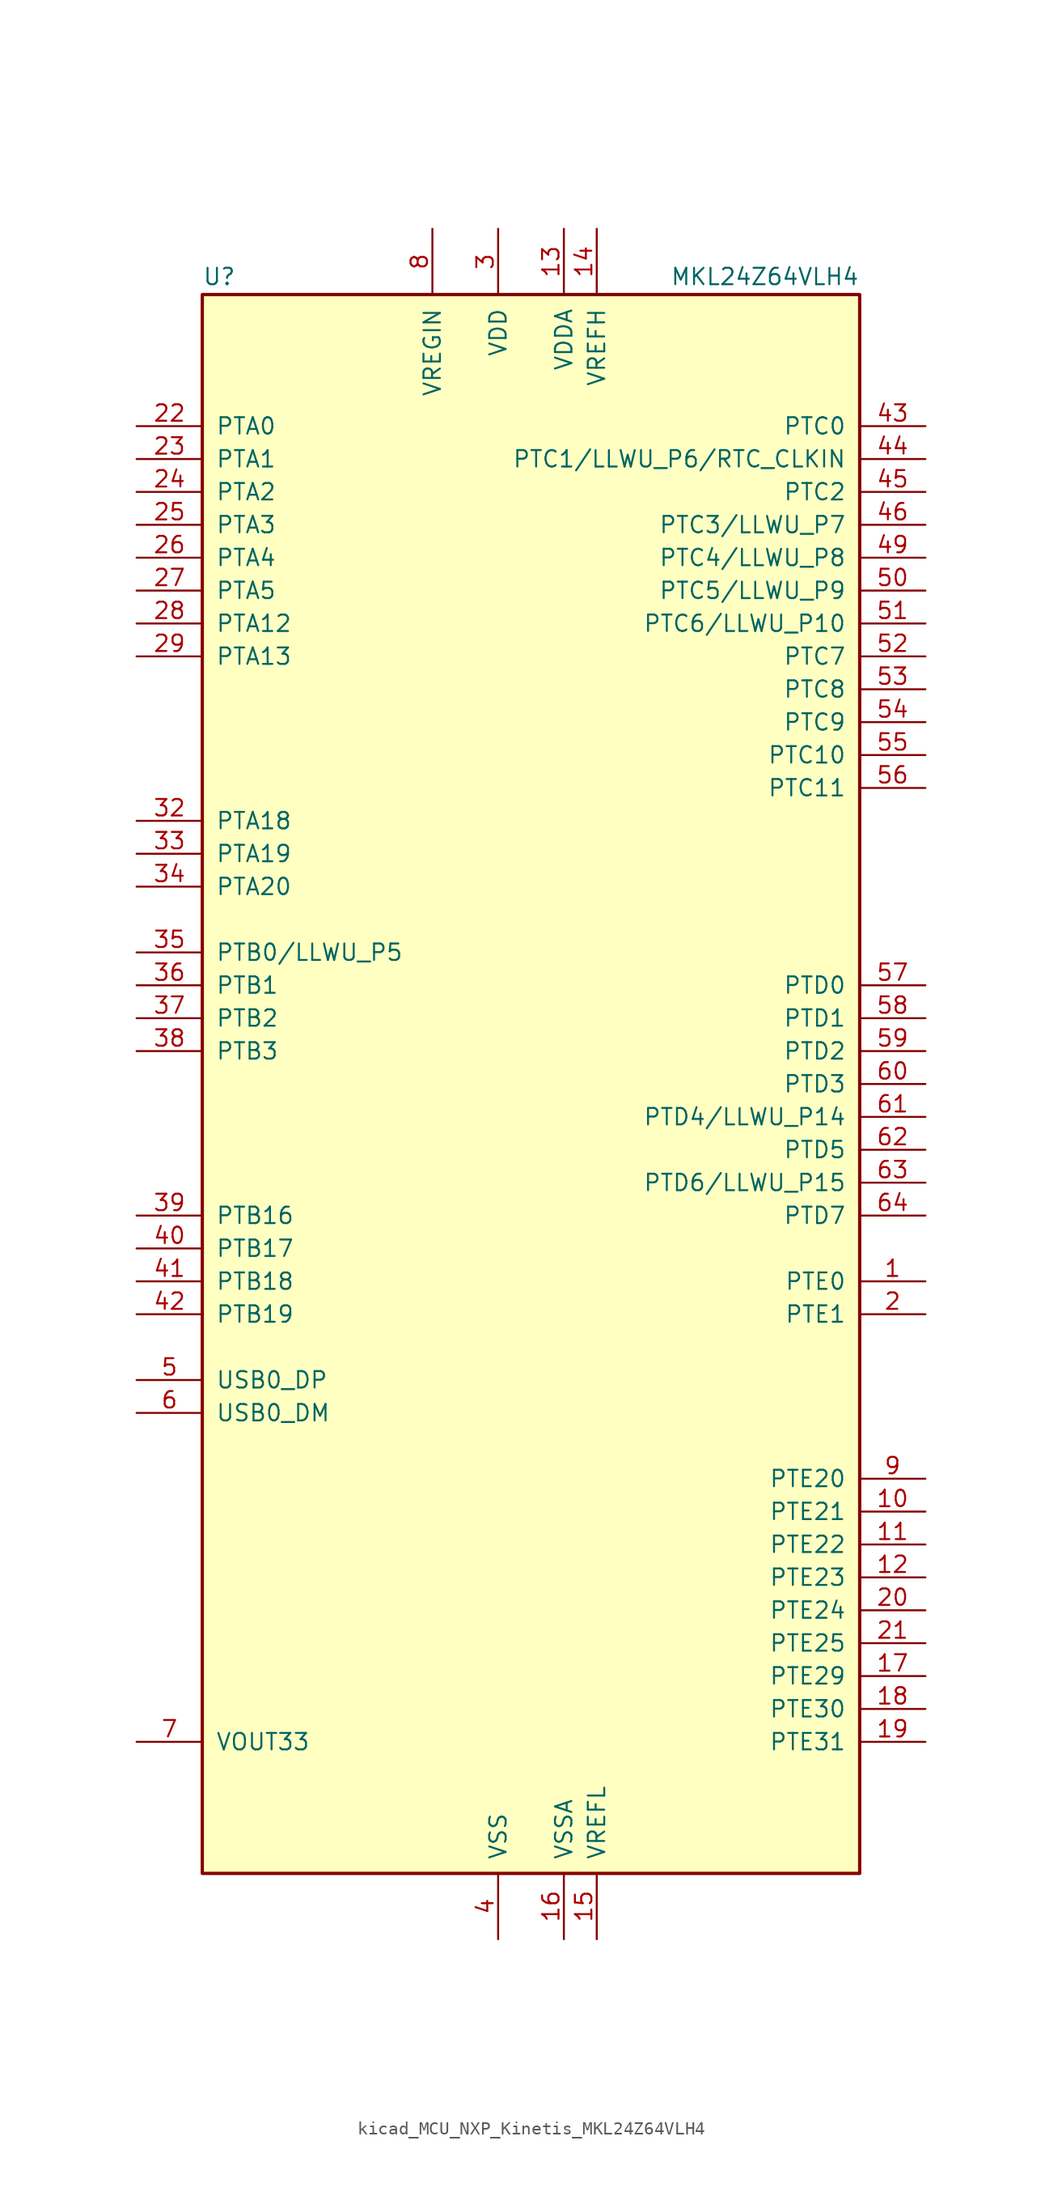
<source format=kicad_sym>
(kicad_symbol_lib
  (version 20220914)
  (generator kicad_symbol_editor)
  (symbol "kicad_MCU_NXP_Kinetis_MKL24Z64VLH4"
    (pin_names
      (offset 1.016))
    (property "Reference" "U"
      (at -25.4 61.595 0)
      (effects (font (size 1.27 1.27)) (justify left bottom)))
    (property "Value" "MKL24Z64VLH4"
      (at 25.4 61.595 0)
      (effects (font (size 1.27 1.27)) (justify right bottom)))
    (symbol "kicad_MCU_NXP_Kinetis_MKL24Z64VLH4_0_1"
      (rectangle (start -25.4 60.96) (end 25.4 -60.96) (stroke (width 0.254) (type default)) (fill (type background))))
    (symbol "kicad_MCU_NXP_Kinetis_MKL24Z64VLH4_1_1"
      (pin bidirectional line (at 30.48 -15.24 180) (length 5.08) (name "PTE0" (effects (font (size 1.27 1.27)))) (number "1" (effects (font (size 1.27 1.27)))))
      (pin bidirectional line (at 30.48 -33.02 180) (length 5.08) (name "PTE21" (effects (font (size 1.27 1.27)))) (number "10" (effects (font (size 1.27 1.27)))))
      (pin bidirectional line (at 30.48 -35.56 180) (length 5.08) (name "PTE22" (effects (font (size 1.27 1.27)))) (number "11" (effects (font (size 1.27 1.27)))))
      (pin bidirectional line (at 30.48 -38.1 180) (length 5.08) (name "PTE23" (effects (font (size 1.27 1.27)))) (number "12" (effects (font (size 1.27 1.27)))))
      (pin power_in line (at 2.54 66.04 270) (length 5.08) (name "VDDA" (effects (font (size 1.27 1.27)))) (number "13" (effects (font (size 1.27 1.27)))))
      (pin power_in line (at 5.08 66.04 270) (length 5.08) (name "VREFH" (effects (font (size 1.27 1.27)))) (number "14" (effects (font (size 1.27 1.27)))))
      (pin power_in line (at 5.08 -66.04 90) (length 5.08) (name "VREFL" (effects (font (size 1.27 1.27)))) (number "15" (effects (font (size 1.27 1.27)))))
      (pin power_in line (at 2.54 -66.04 90) (length 5.08) (name "VSSA" (effects (font (size 1.27 1.27)))) (number "16" (effects (font (size 1.27 1.27)))))
      (pin bidirectional line (at 30.48 -45.72 180) (length 5.08) (name "PTE29" (effects (font (size 1.27 1.27)))) (number "17" (effects (font (size 1.27 1.27)))))
      (pin bidirectional line (at 30.48 -48.26 180) (length 5.08) (name "PTE30" (effects (font (size 1.27 1.27)))) (number "18" (effects (font (size 1.27 1.27)))))
      (pin bidirectional line (at 30.48 -50.8 180) (length 5.08) (name "PTE31" (effects (font (size 1.27 1.27)))) (number "19" (effects (font (size 1.27 1.27)))))
      (pin bidirectional line (at 30.48 -17.78 180) (length 5.08) (name "PTE1" (effects (font (size 1.27 1.27)))) (number "2" (effects (font (size 1.27 1.27)))))
      (pin bidirectional line (at 30.48 -40.64 180) (length 5.08) (name "PTE24" (effects (font (size 1.27 1.27)))) (number "20" (effects (font (size 1.27 1.27)))))
      (pin bidirectional line (at 30.48 -43.18 180) (length 5.08) (name "PTE25" (effects (font (size 1.27 1.27)))) (number "21" (effects (font (size 1.27 1.27)))))
      (pin bidirectional line (at -30.48 50.8 0) (length 5.08) (name "PTA0" (effects (font (size 1.27 1.27)))) (number "22" (effects (font (size 1.27 1.27)))))
      (pin bidirectional line (at -30.48 48.26 0) (length 5.08) (name "PTA1" (effects (font (size 1.27 1.27)))) (number "23" (effects (font (size 1.27 1.27)))))
      (pin bidirectional line (at -30.48 45.72 0) (length 5.08) (name "PTA2" (effects (font (size 1.27 1.27)))) (number "24" (effects (font (size 1.27 1.27)))))
      (pin bidirectional line (at -30.48 43.18 0) (length 5.08) (name "PTA3" (effects (font (size 1.27 1.27)))) (number "25" (effects (font (size 1.27 1.27)))))
      (pin bidirectional line (at -30.48 40.64 0) (length 5.08) (name "PTA4" (effects (font (size 1.27 1.27)))) (number "26" (effects (font (size 1.27 1.27)))))
      (pin bidirectional line (at -30.48 38.1 0) (length 5.08) (name "PTA5" (effects (font (size 1.27 1.27)))) (number "27" (effects (font (size 1.27 1.27)))))
      (pin bidirectional line (at -30.48 35.56 0) (length 5.08) (name "PTA12" (effects (font (size 1.27 1.27)))) (number "28" (effects (font (size 1.27 1.27)))))
      (pin bidirectional line (at -30.48 33.02 0) (length 5.08) (name "PTA13" (effects (font (size 1.27 1.27)))) (number "29" (effects (font (size 1.27 1.27)))))
      (pin power_in line (at -2.54 66.04 270) (length 5.08) (name "VDD" (effects (font (size 1.27 1.27)))) (number "3" (effects (font (size 1.27 1.27)))))
      (pin passive line (at -2.54 66.04 270) (length 5.08) hide (name "VDD" (effects (font (size 1.27 1.27)))) (number "30" (effects (font (size 1.27 1.27)))))
      (pin passive line (at -2.54 -66.04 90) (length 5.08) hide (name "VSS" (effects (font (size 1.27 1.27)))) (number "31" (effects (font (size 1.27 1.27)))))
      (pin bidirectional line (at -30.48 20.32 0) (length 5.08) (name "PTA18" (effects (font (size 1.27 1.27)))) (number "32" (effects (font (size 1.27 1.27)))))
      (pin bidirectional line (at -30.48 17.78 0) (length 5.08) (name "PTA19" (effects (font (size 1.27 1.27)))) (number "33" (effects (font (size 1.27 1.27)))))
      (pin bidirectional line (at -30.48 15.24 0) (length 5.08) (name "PTA20" (effects (font (size 1.27 1.27)))) (number "34" (effects (font (size 1.27 1.27)))))
      (pin bidirectional line (at -30.48 10.16 0) (length 5.08) (name "PTB0/LLWU_P5" (effects (font (size 1.27 1.27)))) (number "35" (effects (font (size 1.27 1.27)))))
      (pin bidirectional line (at -30.48 7.62 0) (length 5.08) (name "PTB1" (effects (font (size 1.27 1.27)))) (number "36" (effects (font (size 1.27 1.27)))))
      (pin bidirectional line (at -30.48 5.08 0) (length 5.08) (name "PTB2" (effects (font (size 1.27 1.27)))) (number "37" (effects (font (size 1.27 1.27)))))
      (pin bidirectional line (at -30.48 2.54 0) (length 5.08) (name "PTB3" (effects (font (size 1.27 1.27)))) (number "38" (effects (font (size 1.27 1.27)))))
      (pin bidirectional line (at -30.48 -10.16 0) (length 5.08) (name "PTB16" (effects (font (size 1.27 1.27)))) (number "39" (effects (font (size 1.27 1.27)))))
      (pin power_in line (at -2.54 -66.04 90) (length 5.08) (name "VSS" (effects (font (size 1.27 1.27)))) (number "4" (effects (font (size 1.27 1.27)))))
      (pin bidirectional line (at -30.48 -12.7 0) (length 5.08) (name "PTB17" (effects (font (size 1.27 1.27)))) (number "40" (effects (font (size 1.27 1.27)))))
      (pin bidirectional line (at -30.48 -15.24 0) (length 5.08) (name "PTB18" (effects (font (size 1.27 1.27)))) (number "41" (effects (font (size 1.27 1.27)))))
      (pin bidirectional line (at -30.48 -17.78 0) (length 5.08) (name "PTB19" (effects (font (size 1.27 1.27)))) (number "42" (effects (font (size 1.27 1.27)))))
      (pin bidirectional line (at 30.48 50.8 180) (length 5.08) (name "PTC0" (effects (font (size 1.27 1.27)))) (number "43" (effects (font (size 1.27 1.27)))))
      (pin bidirectional line (at 30.48 48.26 180) (length 5.08) (name "PTC1/LLWU_P6/RTC_CLKIN" (effects (font (size 1.27 1.27)))) (number "44" (effects (font (size 1.27 1.27)))))
      (pin bidirectional line (at 30.48 45.72 180) (length 5.08) (name "PTC2" (effects (font (size 1.27 1.27)))) (number "45" (effects (font (size 1.27 1.27)))))
      (pin bidirectional line (at 30.48 43.18 180) (length 5.08) (name "PTC3/LLWU_P7" (effects (font (size 1.27 1.27)))) (number "46" (effects (font (size 1.27 1.27)))))
      (pin passive line (at -2.54 -66.04 90) (length 5.08) hide (name "VSS" (effects (font (size 1.27 1.27)))) (number "47" (effects (font (size 1.27 1.27)))))
      (pin passive line (at -2.54 66.04 270) (length 5.08) hide (name "VDD" (effects (font (size 1.27 1.27)))) (number "48" (effects (font (size 1.27 1.27)))))
      (pin bidirectional line (at 30.48 40.64 180) (length 5.08) (name "PTC4/LLWU_P8" (effects (font (size 1.27 1.27)))) (number "49" (effects (font (size 1.27 1.27)))))
      (pin bidirectional line (at -30.48 -22.86 0) (length 5.08) (name "USB0_DP" (effects (font (size 1.27 1.27)))) (number "5" (effects (font (size 1.27 1.27)))))
      (pin bidirectional line (at 30.48 38.1 180) (length 5.08) (name "PTC5/LLWU_P9" (effects (font (size 1.27 1.27)))) (number "50" (effects (font (size 1.27 1.27)))))
      (pin bidirectional line (at 30.48 35.56 180) (length 5.08) (name "PTC6/LLWU_P10" (effects (font (size 1.27 1.27)))) (number "51" (effects (font (size 1.27 1.27)))))
      (pin bidirectional line (at 30.48 33.02 180) (length 5.08) (name "PTC7" (effects (font (size 1.27 1.27)))) (number "52" (effects (font (size 1.27 1.27)))))
      (pin bidirectional line (at 30.48 30.48 180) (length 5.08) (name "PTC8" (effects (font (size 1.27 1.27)))) (number "53" (effects (font (size 1.27 1.27)))))
      (pin bidirectional line (at 30.48 27.94 180) (length 5.08) (name "PTC9" (effects (font (size 1.27 1.27)))) (number "54" (effects (font (size 1.27 1.27)))))
      (pin bidirectional line (at 30.48 25.4 180) (length 5.08) (name "PTC10" (effects (font (size 1.27 1.27)))) (number "55" (effects (font (size 1.27 1.27)))))
      (pin bidirectional line (at 30.48 22.86 180) (length 5.08) (name "PTC11" (effects (font (size 1.27 1.27)))) (number "56" (effects (font (size 1.27 1.27)))))
      (pin bidirectional line (at 30.48 7.62 180) (length 5.08) (name "PTD0" (effects (font (size 1.27 1.27)))) (number "57" (effects (font (size 1.27 1.27)))))
      (pin bidirectional line (at 30.48 5.08 180) (length 5.08) (name "PTD1" (effects (font (size 1.27 1.27)))) (number "58" (effects (font (size 1.27 1.27)))))
      (pin bidirectional line (at 30.48 2.54 180) (length 5.08) (name "PTD2" (effects (font (size 1.27 1.27)))) (number "59" (effects (font (size 1.27 1.27)))))
      (pin bidirectional line (at -30.48 -25.4 0) (length 5.08) (name "USB0_DM" (effects (font (size 1.27 1.27)))) (number "6" (effects (font (size 1.27 1.27)))))
      (pin bidirectional line (at 30.48 0 180) (length 5.08) (name "PTD3" (effects (font (size 1.27 1.27)))) (number "60" (effects (font (size 1.27 1.27)))))
      (pin bidirectional line (at 30.48 -2.54 180) (length 5.08) (name "PTD4/LLWU_P14" (effects (font (size 1.27 1.27)))) (number "61" (effects (font (size 1.27 1.27)))))
      (pin bidirectional line (at 30.48 -5.08 180) (length 5.08) (name "PTD5" (effects (font (size 1.27 1.27)))) (number "62" (effects (font (size 1.27 1.27)))))
      (pin bidirectional line (at 30.48 -7.62 180) (length 5.08) (name "PTD6/LLWU_P15" (effects (font (size 1.27 1.27)))) (number "63" (effects (font (size 1.27 1.27)))))
      (pin bidirectional line (at 30.48 -10.16 180) (length 5.08) (name "PTD7" (effects (font (size 1.27 1.27)))) (number "64" (effects (font (size 1.27 1.27)))))
      (pin power_out line (at -30.48 -50.8 0) (length 5.08) (name "VOUT33" (effects (font (size 1.27 1.27)))) (number "7" (effects (font (size 1.27 1.27)))))
      (pin power_in line (at -7.62 66.04 270) (length 5.08) (name "VREGIN" (effects (font (size 1.27 1.27)))) (number "8" (effects (font (size 1.27 1.27)))))
      (pin bidirectional line (at 30.48 -30.48 180) (length 5.08) (name "PTE20" (effects (font (size 1.27 1.27)))) (number "9" (effects (font (size 1.27 1.27))))))))
</source>
